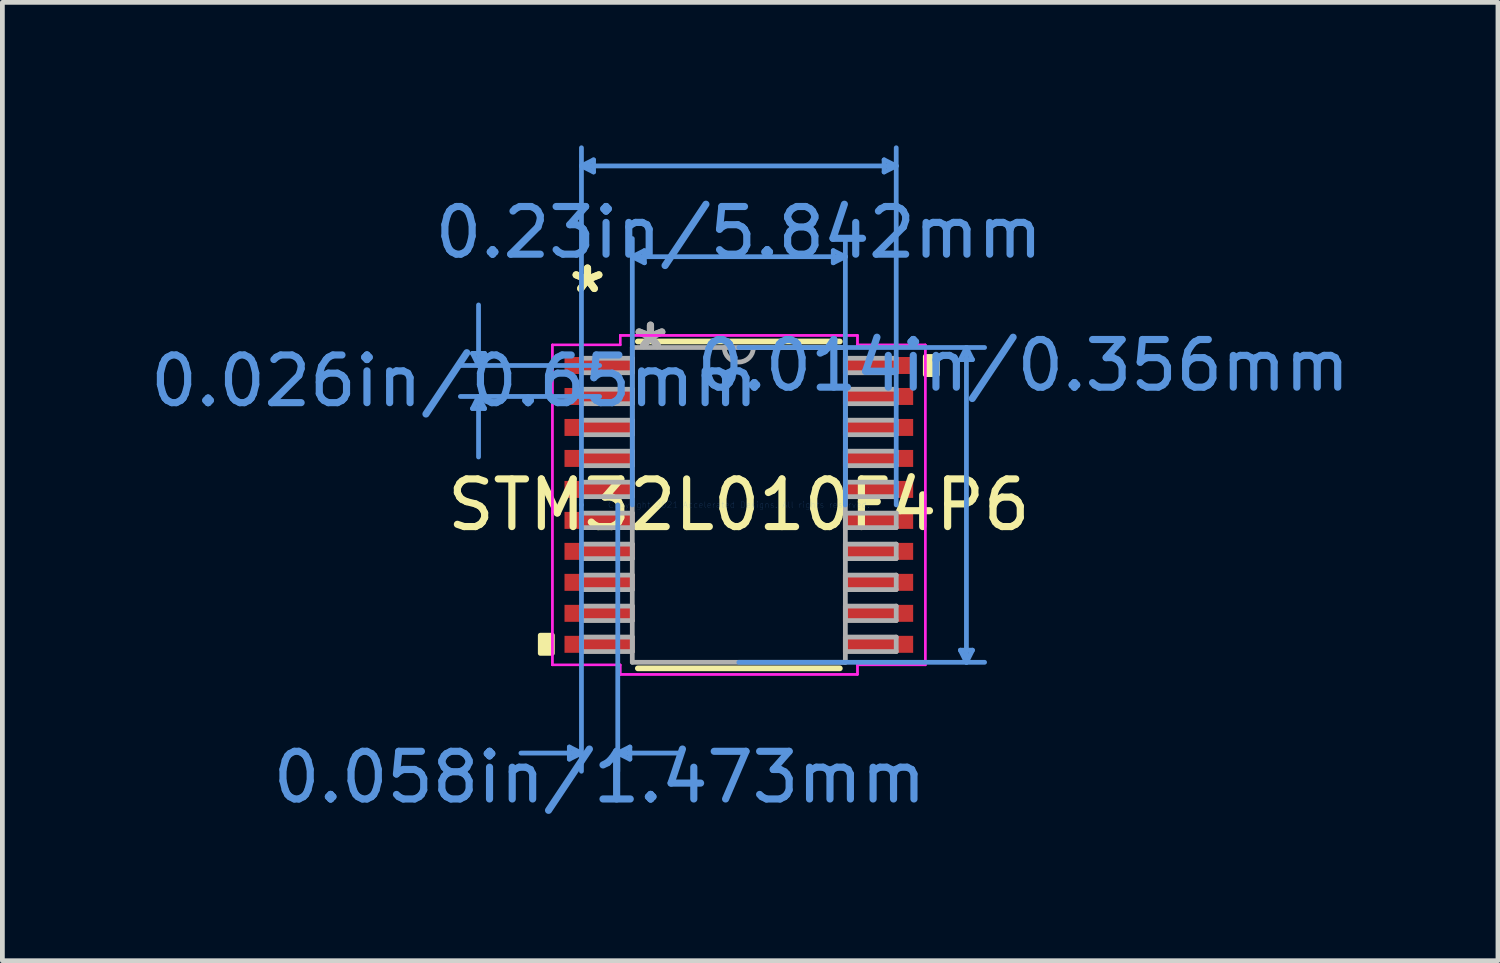
<source format=kicad_pcb>
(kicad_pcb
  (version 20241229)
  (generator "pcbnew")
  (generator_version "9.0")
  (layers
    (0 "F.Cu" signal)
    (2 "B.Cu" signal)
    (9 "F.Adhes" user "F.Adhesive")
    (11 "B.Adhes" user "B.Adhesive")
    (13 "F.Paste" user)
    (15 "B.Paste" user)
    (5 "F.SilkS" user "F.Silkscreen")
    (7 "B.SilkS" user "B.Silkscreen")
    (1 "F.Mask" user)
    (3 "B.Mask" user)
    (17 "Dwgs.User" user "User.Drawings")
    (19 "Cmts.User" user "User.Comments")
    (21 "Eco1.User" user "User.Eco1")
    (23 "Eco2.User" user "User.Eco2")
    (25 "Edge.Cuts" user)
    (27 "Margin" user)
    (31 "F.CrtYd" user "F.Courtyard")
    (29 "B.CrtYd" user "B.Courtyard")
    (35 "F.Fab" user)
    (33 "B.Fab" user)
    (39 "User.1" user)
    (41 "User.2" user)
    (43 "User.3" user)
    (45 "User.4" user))
  (footprint "STM32L010F4P6"
    (layer "F.Cu")
    (at 12.451 7.543)
    (property "Reference" "STM32L010F4P6" (at 0 0 0) (layer "F.SilkS") (effects (font (size 1 1) (thickness 0.15))))
    (attr through_hole)
    (fp_line (start -2.119 3.429) (end 2.119 3.429) (stroke (width 0.12) (type solid)) (layer "F.SilkS"))
    (fp_line (start 2.119 -3.429) (end -2.119 -3.429) (stroke (width 0.12) (type solid)) (layer "F.SilkS"))
    (fp_poly (pts (xy -4.166 2.734) (xy -4.166 3.115) (xy -3.912 3.115) (xy -3.912 2.734)) (stroke (width 0.1) (type solid)) (fill yes) (layer "F.SilkS"))
    (fp_poly (pts (xy 4.166 -3.115) (xy 4.166 -2.734) (xy 3.912 -2.734) (xy 3.912 -3.115)) (stroke (width 0.1) (type solid)) (fill yes) (layer "F.SilkS"))
    (fp_line (start -5.588 -3.179) (end -5.334 -3.179) (stroke (width 0.1) (type solid)) (layer "Cmts.User"))
    (fp_line (start -5.588 -2.021) (end -5.334 -2.021) (stroke (width 0.1) (type solid)) (layer "Cmts.User"))
    (fp_line (start -5.461 -2.925) (end -5.588 -3.179) (stroke (width 0.1) (type solid)) (layer "Cmts.User"))
    (fp_line (start -5.461 -2.925) (end -5.461 -4.195) (stroke (width 0.1) (type solid)) (layer "Cmts.User"))
    (fp_line (start -5.461 -2.925) (end -5.334 -3.179) (stroke (width 0.1) (type solid)) (layer "Cmts.User"))
    (fp_line (start -5.461 -2.275) (end -5.588 -2.021) (stroke (width 0.1) (type solid)) (layer "Cmts.User"))
    (fp_line (start -5.461 -2.275) (end -5.461 -1.005) (stroke (width 0.1) (type solid)) (layer "Cmts.User"))
    (fp_line (start -5.461 -2.275) (end -5.334 -2.021) (stroke (width 0.1) (type solid)) (layer "Cmts.User"))
    (fp_line (start -3.556 5.08) (end -3.556 5.334) (stroke (width 0.1) (type solid)) (layer "Cmts.User"))
    (fp_line (start -3.302 -7.112) (end -3.048 -7.239) (stroke (width 0.1) (type solid)) (layer "Cmts.User"))
    (fp_line (start -3.302 -7.112) (end -3.048 -6.985) (stroke (width 0.1) (type solid)) (layer "Cmts.User"))
    (fp_line (start -3.302 -7.112) (end 3.302 -7.112) (stroke (width 0.1) (type solid)) (layer "Cmts.User"))
    (fp_line (start -3.302 0) (end -3.302 -7.493) (stroke (width 0.1) (type solid)) (layer "Cmts.User"))
    (fp_line (start -3.302 0) (end -3.302 5.588) (stroke (width 0.1) (type solid)) (layer "Cmts.User"))
    (fp_line (start -3.302 5.207) (end -4.572 5.207) (stroke (width 0.1) (type solid)) (layer "Cmts.User"))
    (fp_line (start -3.302 5.207) (end -3.556 5.08) (stroke (width 0.1) (type solid)) (layer "Cmts.User"))
    (fp_line (start -3.302 5.207) (end -3.556 5.334) (stroke (width 0.1) (type solid)) (layer "Cmts.User"))
    (fp_line (start -3.048 -7.239) (end -3.048 -6.985) (stroke (width 0.1) (type solid)) (layer "Cmts.User"))
    (fp_line (start -2.921 -2.925) (end -5.842 -2.925) (stroke (width 0.1) (type solid)) (layer "Cmts.User"))
    (fp_line (start -2.921 -2.275) (end -5.842 -2.275) (stroke (width 0.1) (type solid)) (layer "Cmts.User"))
    (fp_line (start -2.54 0) (end -2.54 5.588) (stroke (width 0.1) (type solid)) (layer "Cmts.User"))
    (fp_line (start -2.54 5.207) (end -2.286 5.08) (stroke (width 0.1) (type solid)) (layer "Cmts.User"))
    (fp_line (start -2.54 5.207) (end -2.286 5.334) (stroke (width 0.1) (type solid)) (layer "Cmts.User"))
    (fp_line (start -2.54 5.207) (end -1.27 5.207) (stroke (width 0.1) (type solid)) (layer "Cmts.User"))
    (fp_line (start -2.286 5.08) (end -2.286 5.334) (stroke (width 0.1) (type solid)) (layer "Cmts.User"))
    (fp_line (start -2.235 -5.207) (end -1.981 -5.334) (stroke (width 0.1) (type solid)) (layer "Cmts.User"))
    (fp_line (start -2.235 -5.207) (end -1.981 -5.08) (stroke (width 0.1) (type solid)) (layer "Cmts.User"))
    (fp_line (start -2.235 -5.207) (end 2.235 -5.207) (stroke (width 0.1) (type solid)) (layer "Cmts.User"))
    (fp_line (start -2.235 0) (end -2.235 -5.588) (stroke (width 0.1) (type solid)) (layer "Cmts.User"))
    (fp_line (start -1.981 -5.334) (end -1.981 -5.08) (stroke (width 0.1) (type solid)) (layer "Cmts.User"))
    (fp_line (start 0 -3.302) (end 5.156 -3.302) (stroke (width 0.1) (type solid)) (layer "Cmts.User"))
    (fp_line (start 0 3.302) (end 5.156 3.302) (stroke (width 0.1) (type solid)) (layer "Cmts.User"))
    (fp_line (start 1.981 -5.334) (end 1.981 -5.08) (stroke (width 0.1) (type solid)) (layer "Cmts.User"))
    (fp_line (start 2.235 -5.207) (end 1.981 -5.334) (stroke (width 0.1) (type solid)) (layer "Cmts.User"))
    (fp_line (start 2.235 -5.207) (end 1.981 -5.08) (stroke (width 0.1) (type solid)) (layer "Cmts.User"))
    (fp_line (start 2.235 0) (end 2.235 -5.588) (stroke (width 0.1) (type solid)) (layer "Cmts.User"))
    (fp_line (start 3.048 -7.239) (end 3.048 -6.985) (stroke (width 0.1) (type solid)) (layer "Cmts.User"))
    (fp_line (start 3.302 -7.112) (end 3.048 -7.239) (stroke (width 0.1) (type solid)) (layer "Cmts.User"))
    (fp_line (start 3.302 -7.112) (end 3.048 -6.985) (stroke (width 0.1) (type solid)) (layer "Cmts.User"))
    (fp_line (start 3.302 0) (end 3.302 -7.493) (stroke (width 0.1) (type solid)) (layer "Cmts.User"))
    (fp_line (start 4.648 -3.048) (end 4.902 -3.048) (stroke (width 0.1) (type solid)) (layer "Cmts.User"))
    (fp_line (start 4.648 3.048) (end 4.902 3.048) (stroke (width 0.1) (type solid)) (layer "Cmts.User"))
    (fp_line (start 4.775 -3.302) (end 4.648 -3.048) (stroke (width 0.1) (type solid)) (layer "Cmts.User"))
    (fp_line (start 4.775 -3.302) (end 4.775 3.302) (stroke (width 0.1) (type solid)) (layer "Cmts.User"))
    (fp_line (start 4.775 -3.302) (end 4.902 -3.048) (stroke (width 0.1) (type solid)) (layer "Cmts.User"))
    (fp_line (start 4.775 3.302) (end 4.648 3.048) (stroke (width 0.1) (type solid)) (layer "Cmts.User"))
    (fp_line (start 4.775 3.302) (end 4.902 3.048) (stroke (width 0.1) (type solid)) (layer "Cmts.User"))
    (fp_line (start -3.912 -3.357) (end -2.489 -3.357) (stroke (width 0.05) (type solid)) (layer "F.CrtYd"))
    (fp_line (start -3.912 -3.357) (end -2.489 -3.357) (stroke (width 0.05) (type solid)) (layer "F.CrtYd"))
    (fp_line (start -3.912 3.357) (end -3.912 -3.357) (stroke (width 0.05) (type solid)) (layer "F.CrtYd"))
    (fp_line (start -3.912 3.357) (end -3.912 -3.357) (stroke (width 0.05) (type solid)) (layer "F.CrtYd"))
    (fp_line (start -3.912 3.357) (end -2.489 3.357) (stroke (width 0.05) (type solid)) (layer "F.CrtYd"))
    (fp_line (start -2.489 -3.556) (end 2.489 -3.556) (stroke (width 0.05) (type solid)) (layer "F.CrtYd"))
    (fp_line (start -2.489 -3.556) (end 2.489 -3.556) (stroke (width 0.05) (type solid)) (layer "F.CrtYd"))
    (fp_line (start -2.489 -3.357) (end -2.489 -3.556) (stroke (width 0.05) (type solid)) (layer "F.CrtYd"))
    (fp_line (start -2.489 -3.357) (end -2.489 -3.556) (stroke (width 0.05) (type solid)) (layer "F.CrtYd"))
    (fp_line (start -2.489 3.357) (end -3.912 3.357) (stroke (width 0.05) (type solid)) (layer "F.CrtYd"))
    (fp_line (start -2.489 3.556) (end -2.489 3.357) (stroke (width 0.05) (type solid)) (layer "F.CrtYd"))
    (fp_line (start -2.489 3.556) (end -2.489 3.357) (stroke (width 0.05) (type solid)) (layer "F.CrtYd"))
    (fp_line (start 2.489 -3.556) (end 2.489 -3.357) (stroke (width 0.05) (type solid)) (layer "F.CrtYd"))
    (fp_line (start 2.489 -3.556) (end 2.489 -3.357) (stroke (width 0.05) (type solid)) (layer "F.CrtYd"))
    (fp_line (start 2.489 -3.357) (end 3.912 -3.357) (stroke (width 0.05) (type solid)) (layer "F.CrtYd"))
    (fp_line (start 2.489 3.357) (end 2.489 3.556) (stroke (width 0.05) (type solid)) (layer "F.CrtYd"))
    (fp_line (start 2.489 3.357) (end 2.489 3.556) (stroke (width 0.05) (type solid)) (layer "F.CrtYd"))
    (fp_line (start 2.489 3.556) (end -2.489 3.556) (stroke (width 0.05) (type solid)) (layer "F.CrtYd"))
    (fp_line (start 2.489 3.556) (end -2.489 3.556) (stroke (width 0.05) (type solid)) (layer "F.CrtYd"))
    (fp_line (start 3.912 -3.357) (end 2.489 -3.357) (stroke (width 0.05) (type solid)) (layer "F.CrtYd"))
    (fp_line (start 3.912 -3.357) (end 3.912 3.357) (stroke (width 0.05) (type solid)) (layer "F.CrtYd"))
    (fp_line (start 3.912 -3.357) (end 3.912 3.357) (stroke (width 0.05) (type solid)) (layer "F.CrtYd"))
    (fp_line (start 3.912 3.357) (end 2.489 3.357) (stroke (width 0.05) (type solid)) (layer "F.CrtYd"))
    (fp_line (start 3.912 3.357) (end 2.489 3.357) (stroke (width 0.05) (type solid)) (layer "F.CrtYd"))
    (fp_line (start -3.302 -3.077) (end -3.302 -2.773) (stroke (width 0.1) (type solid)) (layer "F.Fab"))
    (fp_line (start -3.302 -2.773) (end -2.235 -2.773) (stroke (width 0.1) (type solid)) (layer "F.Fab"))
    (fp_line (start -3.302 -2.427) (end -3.302 -2.123) (stroke (width 0.1) (type solid)) (layer "F.Fab"))
    (fp_line (start -3.302 -2.123) (end -2.235 -2.123) (stroke (width 0.1) (type solid)) (layer "F.Fab"))
    (fp_line (start -3.302 -1.777) (end -3.302 -1.473) (stroke (width 0.1) (type solid)) (layer "F.Fab"))
    (fp_line (start -3.302 -1.473) (end -2.235 -1.473) (stroke (width 0.1) (type solid)) (layer "F.Fab"))
    (fp_line (start -3.302 -1.127) (end -3.302 -0.823) (stroke (width 0.1) (type solid)) (layer "F.Fab"))
    (fp_line (start -3.302 -0.823) (end -2.235 -0.823) (stroke (width 0.1) (type solid)) (layer "F.Fab"))
    (fp_line (start -3.302 -0.477) (end -3.302 -0.173) (stroke (width 0.1) (type solid)) (layer "F.Fab"))
    (fp_line (start -3.302 -0.173) (end -2.235 -0.173) (stroke (width 0.1) (type solid)) (layer "F.Fab"))
    (fp_line (start -3.302 0.173) (end -3.302 0.477) (stroke (width 0.1) (type solid)) (layer "F.Fab"))
    (fp_line (start -3.302 0.477) (end -2.235 0.477) (stroke (width 0.1) (type solid)) (layer "F.Fab"))
    (fp_line (start -3.302 0.823) (end -3.302 1.127) (stroke (width 0.1) (type solid)) (layer "F.Fab"))
    (fp_line (start -3.302 1.127) (end -2.235 1.127) (stroke (width 0.1) (type solid)) (layer "F.Fab"))
    (fp_line (start -3.302 1.473) (end -3.302 1.777) (stroke (width 0.1) (type solid)) (layer "F.Fab"))
    (fp_line (start -3.302 1.777) (end -2.235 1.777) (stroke (width 0.1) (type solid)) (layer "F.Fab"))
    (fp_line (start -3.302 2.123) (end -3.302 2.427) (stroke (width 0.1) (type solid)) (layer "F.Fab"))
    (fp_line (start -3.302 2.427) (end -2.235 2.427) (stroke (width 0.1) (type solid)) (layer "F.Fab"))
    (fp_line (start -3.302 2.773) (end -3.302 3.077) (stroke (width 0.1) (type solid)) (layer "F.Fab"))
    (fp_line (start -3.302 3.077) (end -2.235 3.077) (stroke (width 0.1) (type solid)) (layer "F.Fab"))
    (fp_line (start -2.235 -3.302) (end -2.235 3.302) (stroke (width 0.1) (type solid)) (layer "F.Fab"))
    (fp_line (start -2.235 -3.077) (end -3.302 -3.077) (stroke (width 0.1) (type solid)) (layer "F.Fab"))
    (fp_line (start -2.235 -2.773) (end -2.235 -3.077) (stroke (width 0.1) (type solid)) (layer "F.Fab"))
    (fp_line (start -2.235 -2.427) (end -3.302 -2.427) (stroke (width 0.1) (type solid)) (layer "F.Fab"))
    (fp_line (start -2.235 -2.123) (end -2.235 -2.427) (stroke (width 0.1) (type solid)) (layer "F.Fab"))
    (fp_line (start -2.235 -1.777) (end -3.302 -1.777) (stroke (width 0.1) (type solid)) (layer "F.Fab"))
    (fp_line (start -2.235 -1.473) (end -2.235 -1.777) (stroke (width 0.1) (type solid)) (layer "F.Fab"))
    (fp_line (start -2.235 -1.127) (end -3.302 -1.127) (stroke (width 0.1) (type solid)) (layer "F.Fab"))
    (fp_line (start -2.235 -0.823) (end -2.235 -1.127) (stroke (width 0.1) (type solid)) (layer "F.Fab"))
    (fp_line (start -2.235 -0.477) (end -3.302 -0.477) (stroke (width 0.1) (type solid)) (layer "F.Fab"))
    (fp_line (start -2.235 -0.173) (end -2.235 -0.477) (stroke (width 0.1) (type solid)) (layer "F.Fab"))
    (fp_line (start -2.235 0.173) (end -3.302 0.173) (stroke (width 0.1) (type solid)) (layer "F.Fab"))
    (fp_line (start -2.235 0.477) (end -2.235 0.173) (stroke (width 0.1) (type solid)) (layer "F.Fab"))
    (fp_line (start -2.235 0.823) (end -3.302 0.823) (stroke (width 0.1) (type solid)) (layer "F.Fab"))
    (fp_line (start -2.235 1.127) (end -2.235 0.823) (stroke (width 0.1) (type solid)) (layer "F.Fab"))
    (fp_line (start -2.235 1.473) (end -3.302 1.473) (stroke (width 0.1) (type solid)) (layer "F.Fab"))
    (fp_line (start -2.235 1.777) (end -2.235 1.473) (stroke (width 0.1) (type solid)) (layer "F.Fab"))
    (fp_line (start -2.235 2.123) (end -3.302 2.123) (stroke (width 0.1) (type solid)) (layer "F.Fab"))
    (fp_line (start -2.235 2.427) (end -2.235 2.123) (stroke (width 0.1) (type solid)) (layer "F.Fab"))
    (fp_line (start -2.235 2.773) (end -3.302 2.773) (stroke (width 0.1) (type solid)) (layer "F.Fab"))
    (fp_line (start -2.235 3.077) (end -2.235 2.773) (stroke (width 0.1) (type solid)) (layer "F.Fab"))
    (fp_line (start -2.235 3.302) (end 2.235 3.302) (stroke (width 0.1) (type solid)) (layer "F.Fab"))
    (fp_line (start 2.235 -3.302) (end -2.235 -3.302) (stroke (width 0.1) (type solid)) (layer "F.Fab"))
    (fp_line (start 2.235 -3.077) (end 2.235 -2.773) (stroke (width 0.1) (type solid)) (layer "F.Fab"))
    (fp_line (start 2.235 -2.773) (end 3.302 -2.773) (stroke (width 0.1) (type solid)) (layer "F.Fab"))
    (fp_line (start 2.235 -2.427) (end 2.235 -2.123) (stroke (width 0.1) (type solid)) (layer "F.Fab"))
    (fp_line (start 2.235 -2.123) (end 3.302 -2.123) (stroke (width 0.1) (type solid)) (layer "F.Fab"))
    (fp_line (start 2.235 -1.777) (end 2.235 -1.473) (stroke (width 0.1) (type solid)) (layer "F.Fab"))
    (fp_line (start 2.235 -1.473) (end 3.302 -1.473) (stroke (width 0.1) (type solid)) (layer "F.Fab"))
    (fp_line (start 2.235 -1.127) (end 2.235 -0.823) (stroke (width 0.1) (type solid)) (layer "F.Fab"))
    (fp_line (start 2.235 -0.823) (end 3.302 -0.823) (stroke (width 0.1) (type solid)) (layer "F.Fab"))
    (fp_line (start 2.235 -0.477) (end 2.235 -0.173) (stroke (width 0.1) (type solid)) (layer "F.Fab"))
    (fp_line (start 2.235 -0.173) (end 3.302 -0.173) (stroke (width 0.1) (type solid)) (layer "F.Fab"))
    (fp_line (start 2.235 0.173) (end 2.235 0.477) (stroke (width 0.1) (type solid)) (layer "F.Fab"))
    (fp_line (start 2.235 0.477) (end 3.302 0.477) (stroke (width 0.1) (type solid)) (layer "F.Fab"))
    (fp_line (start 2.235 0.823) (end 2.235 1.127) (stroke (width 0.1) (type solid)) (layer "F.Fab"))
    (fp_line (start 2.235 1.127) (end 3.302 1.127) (stroke (width 0.1) (type solid)) (layer "F.Fab"))
    (fp_line (start 2.235 1.473) (end 2.235 1.777) (stroke (width 0.1) (type solid)) (layer "F.Fab"))
    (fp_line (start 2.235 1.777) (end 3.302 1.777) (stroke (width 0.1) (type solid)) (layer "F.Fab"))
    (fp_line (start 2.235 2.123) (end 2.235 2.427) (stroke (width 0.1) (type solid)) (layer "F.Fab"))
    (fp_line (start 2.235 2.427) (end 3.302 2.427) (stroke (width 0.1) (type solid)) (layer "F.Fab"))
    (fp_line (start 2.235 2.773) (end 2.235 3.077) (stroke (width 0.1) (type solid)) (layer "F.Fab"))
    (fp_line (start 2.235 3.077) (end 3.302 3.077) (stroke (width 0.1) (type solid)) (layer "F.Fab"))
    (fp_line (start 2.235 3.302) (end 2.235 -3.302) (stroke (width 0.1) (type solid)) (layer "F.Fab"))
    (fp_line (start 3.302 -3.077) (end 2.235 -3.077) (stroke (width 0.1) (type solid)) (layer "F.Fab"))
    (fp_line (start 3.302 -2.773) (end 3.302 -3.077) (stroke (width 0.1) (type solid)) (layer "F.Fab"))
    (fp_line (start 3.302 -2.427) (end 2.235 -2.427) (stroke (width 0.1) (type solid)) (layer "F.Fab"))
    (fp_line (start 3.302 -2.123) (end 3.302 -2.427) (stroke (width 0.1) (type solid)) (layer "F.Fab"))
    (fp_line (start 3.302 -1.777) (end 2.235 -1.777) (stroke (width 0.1) (type solid)) (layer "F.Fab"))
    (fp_line (start 3.302 -1.473) (end 3.302 -1.777) (stroke (width 0.1) (type solid)) (layer "F.Fab"))
    (fp_line (start 3.302 -1.127) (end 2.235 -1.127) (stroke (width 0.1) (type solid)) (layer "F.Fab"))
    (fp_line (start 3.302 -0.823) (end 3.302 -1.127) (stroke (width 0.1) (type solid)) (layer "F.Fab"))
    (fp_line (start 3.302 -0.477) (end 2.235 -0.477) (stroke (width 0.1) (type solid)) (layer "F.Fab"))
    (fp_line (start 3.302 -0.173) (end 3.302 -0.477) (stroke (width 0.1) (type solid)) (layer "F.Fab"))
    (fp_line (start 3.302 0.173) (end 2.235 0.173) (stroke (width 0.1) (type solid)) (layer "F.Fab"))
    (fp_line (start 3.302 0.477) (end 3.302 0.173) (stroke (width 0.1) (type solid)) (layer "F.Fab"))
    (fp_line (start 3.302 0.823) (end 2.235 0.823) (stroke (width 0.1) (type solid)) (layer "F.Fab"))
    (fp_line (start 3.302 1.127) (end 3.302 0.823) (stroke (width 0.1) (type solid)) (layer "F.Fab"))
    (fp_line (start 3.302 1.473) (end 2.235 1.473) (stroke (width 0.1) (type solid)) (layer "F.Fab"))
    (fp_line (start 3.302 1.777) (end 3.302 1.473) (stroke (width 0.1) (type solid)) (layer "F.Fab"))
    (fp_line (start 3.302 2.123) (end 2.235 2.123) (stroke (width 0.1) (type solid)) (layer "F.Fab"))
    (fp_line (start 3.302 2.427) (end 3.302 2.123) (stroke (width 0.1) (type solid)) (layer "F.Fab"))
    (fp_line (start 3.302 2.773) (end 2.235 2.773) (stroke (width 0.1) (type solid)) (layer "F.Fab"))
    (fp_line (start 3.302 3.077) (end 3.302 2.773) (stroke (width 0.1) (type solid)) (layer "F.Fab"))
    (fp_arc (start 0.3048 -3.302) (mid 0 -2.9972) (end -0.3048 -3.302) (stroke (width 0.1) (type solid)) (layer "F.Fab"))
    (fp_text user "*" (at -3.175 -4.424 0) (layer "F.SilkS") (effects (font (size 1 1) (thickness 0.15))))
    (fp_text user "*" (at -3.175 -4.424 0) (layer "F.SilkS") (effects (font (size 1 1) (thickness 0.15))))
    (fp_text user "0.014in/0.356mm" (at 5.969 -2.925 0) (layer "Cmts.User") (effects (font (size 1 1) (thickness 0.15))))
    (fp_text user "0.23in/5.842mm" (at 0 -5.715 0) (layer "Cmts.User") (effects (font (size 1 1) (thickness 0.15))))
    (fp_text user "0.026in/0.65mm" (at -5.969 -2.6 0) (layer "Cmts.User") (effects (font (size 1 1) (thickness 0.15))))
    (fp_text user "Copyright 2021 Accelerated Designs. All rights reserved." (at 0 0 0) (layer "Cmts.User") (effects (font (size 0.127 0.127) (thickness 0.002))))
    (fp_text user "0.058in/1.473mm" (at -2.921 5.715 0) (layer "Cmts.User") (effects (font (size 1 1) (thickness 0.15))))
    (fp_text user "*" (at -1.854 -3.226 0) (layer "F.Fab") (effects (font (size 1 1) (thickness 0.15))))
    (fp_text user "*" (at -1.854 -3.226 0) (layer "F.Fab") (effects (font (size 1 1) (thickness 0.15))))
    (pad "1" smd rect (at -2.921 -2.925) (size 1.473 0.356) (layers "F.Cu" "F.Mask" "F.Paste"))
    (pad "2" smd rect (at -2.921 -2.275) (size 1.473 0.356) (layers "F.Cu" "F.Mask" "F.Paste"))
    (pad "3" smd rect (at -2.921 -1.625) (size 1.473 0.356) (layers "F.Cu" "F.Mask" "F.Paste"))
    (pad "4" smd rect (at -2.921 -0.975) (size 1.473 0.356) (layers "F.Cu" "F.Mask" "F.Paste"))
    (pad "5" smd rect (at -2.921 -0.325) (size 1.473 0.356) (layers "F.Cu" "F.Mask" "F.Paste"))
    (pad "6" smd rect (at -2.921 0.325) (size 1.473 0.356) (layers "F.Cu" "F.Mask" "F.Paste"))
    (pad "7" smd rect (at -2.921 0.975) (size 1.473 0.356) (layers "F.Cu" "F.Mask" "F.Paste"))
    (pad "8" smd rect (at -2.921 1.625) (size 1.473 0.356) (layers "F.Cu" "F.Mask" "F.Paste"))
    (pad "9" smd rect (at -2.921 2.275) (size 1.473 0.356) (layers "F.Cu" "F.Mask" "F.Paste"))
    (pad "10" smd rect (at -2.921 2.925) (size 1.473 0.356) (layers "F.Cu" "F.Mask" "F.Paste"))
    (pad "11" smd rect (at 2.921 2.925) (size 1.473 0.356) (layers "F.Cu" "F.Mask" "F.Paste"))
    (pad "12" smd rect (at 2.921 2.275) (size 1.473 0.356) (layers "F.Cu" "F.Mask" "F.Paste"))
    (pad "13" smd rect (at 2.921 1.625) (size 1.473 0.356) (layers "F.Cu" "F.Mask" "F.Paste"))
    (pad "14" smd rect (at 2.921 0.975) (size 1.473 0.356) (layers "F.Cu" "F.Mask" "F.Paste"))
    (pad "15" smd rect (at 2.921 0.325) (size 1.473 0.356) (layers "F.Cu" "F.Mask" "F.Paste"))
    (pad "16" smd rect (at 2.921 -0.325) (size 1.473 0.356) (layers "F.Cu" "F.Mask" "F.Paste"))
    (pad "17" smd rect (at 2.921 -0.975) (size 1.473 0.356) (layers "F.Cu" "F.Mask" "F.Paste"))
    (pad "18" smd rect (at 2.921 -1.625) (size 1.473 0.356) (layers "F.Cu" "F.Mask" "F.Paste"))
    (pad "19" smd rect (at 2.921 -2.275) (size 1.473 0.356) (layers "F.Cu" "F.Mask" "F.Paste"))
    (pad "20" smd rect (at 2.921 -2.925) (size 1.473 0.356) (layers "F.Cu" "F.Mask" "F.Paste")))
  (gr_rect
    (start -3 -3)
    (end 28.378 17.106)
    (stroke (width 0.1) (type default))
    (fill no)
    (layer "Edge.Cuts")))
</source>
